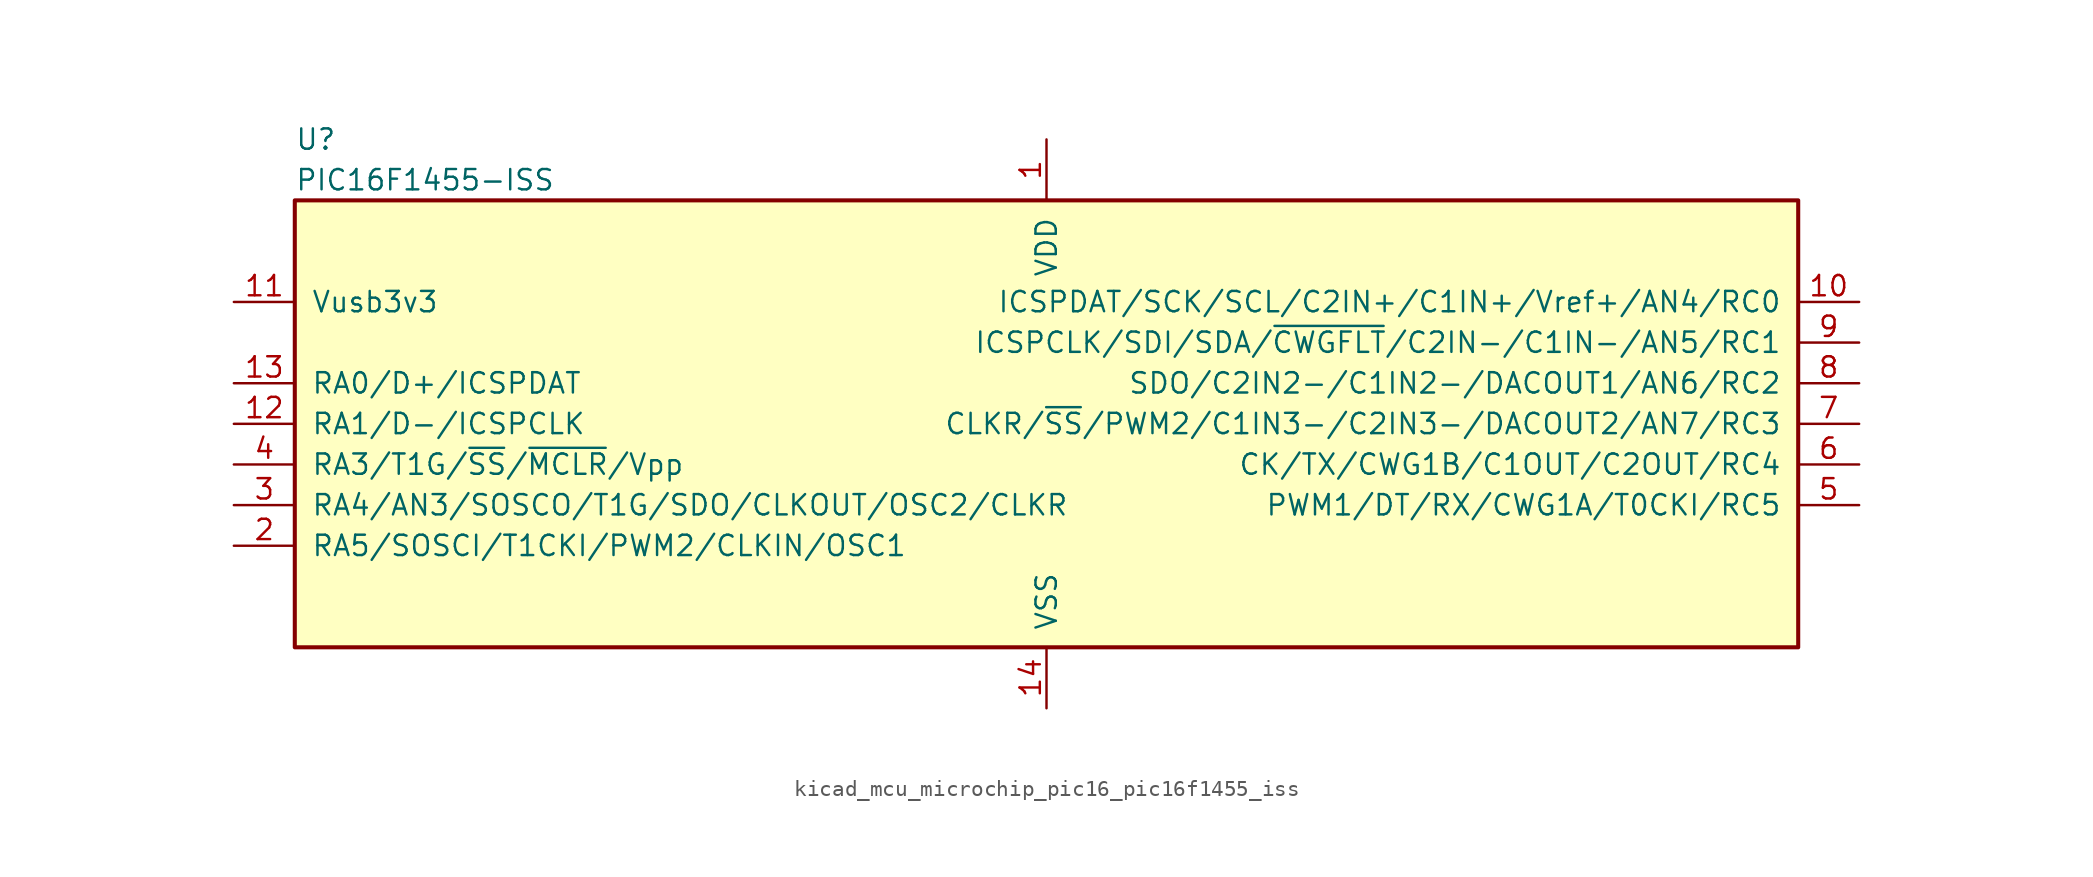
<source format=kicad_sym>
(kicad_symbol_lib
  (version 20220914)
  (generator kicad_symbol_editor)
  (symbol "kicad_mcu_microchip_pic16_pic16f1455_iss"
    (pin_names
      (offset 1.016))
    (property "Reference" "U"
      (at -46.99 17.78 0)
      (effects (font (size 1.27 1.27)) (justify left)))
    (property "Value" "PIC16F1455-ISS"
      (at -46.99 15.24 0)
      (effects (font (size 1.27 1.27)) (justify left)))
    (symbol "kicad_mcu_microchip_pic16_pic16f1455_iss_0_1"
      (rectangle (start -46.99 13.97) (end 46.99 -13.97) (stroke (width 0.254) (type default)) (fill (type background))))
    (symbol "kicad_mcu_microchip_pic16_pic16f1455_iss_1_1"
      (pin power_in line (at 0 17.78 270) (length 3.81) (name "VDD" (effects (font (size 1.27 1.27)))) (number "1" (effects (font (size 1.27 1.27)))))
      (pin bidirectional line (at 50.8 7.62 180) (length 3.81) (name "ICSPDAT/SCK/SCL/C2IN+/C1IN+/Vref+/AN4/RC0" (effects (font (size 1.27 1.27)))) (number "10" (effects (font (size 1.27 1.27)))))
      (pin bidirectional line (at -50.8 7.62 0) (length 3.81) (name "Vusb3v3" (effects (font (size 1.27 1.27)))) (number "11" (effects (font (size 1.27 1.27)))))
      (pin bidirectional line (at -50.8 0 0) (length 3.81) (name "RA1/D-/ICSPCLK" (effects (font (size 1.27 1.27)))) (number "12" (effects (font (size 1.27 1.27)))))
      (pin bidirectional line (at -50.8 2.54 0) (length 3.81) (name "RA0/D+/ICSPDAT" (effects (font (size 1.27 1.27)))) (number "13" (effects (font (size 1.27 1.27)))))
      (pin power_in line (at 0 -17.78 90) (length 3.81) (name "VSS" (effects (font (size 1.27 1.27)))) (number "14" (effects (font (size 1.27 1.27)))))
      (pin bidirectional line (at -50.8 -7.62 0) (length 3.81) (name "RA5/SOSCI/T1CKI/PWM2/CLKIN/OSC1" (effects (font (size 1.27 1.27)))) (number "2" (effects (font (size 1.27 1.27)))))
      (pin bidirectional line (at -50.8 -5.08 0) (length 3.81) (name "RA4/AN3/SOSCO/T1G/SDO/CLKOUT/OSC2/CLKR" (effects (font (size 1.27 1.27)))) (number "3" (effects (font (size 1.27 1.27)))))
      (pin input line (at -50.8 -2.54 0) (length 3.81) (name "RA3/T1G/~{SS}/~{MCLR}/Vpp" (effects (font (size 1.27 1.27)))) (number "4" (effects (font (size 1.27 1.27)))))
      (pin bidirectional line (at 50.8 -5.08 180) (length 3.81) (name "PWM1/DT/RX/CWG1A/T0CKI/RC5" (effects (font (size 1.27 1.27)))) (number "5" (effects (font (size 1.27 1.27)))))
      (pin bidirectional line (at 50.8 -2.54 180) (length 3.81) (name "CK/TX/CWG1B/C1OUT/C2OUT/RC4" (effects (font (size 1.27 1.27)))) (number "6" (effects (font (size 1.27 1.27)))))
      (pin bidirectional line (at 50.8 0 180) (length 3.81) (name "CLKR/~{SS}/PWM2/C1IN3-/C2IN3-/DACOUT2/AN7/RC3" (effects (font (size 1.27 1.27)))) (number "7" (effects (font (size 1.27 1.27)))))
      (pin bidirectional line (at 50.8 2.54 180) (length 3.81) (name "SDO/C2IN2-/C1IN2-/DACOUT1/AN6/RC2" (effects (font (size 1.27 1.27)))) (number "8" (effects (font (size 1.27 1.27)))))
      (pin bidirectional line (at 50.8 5.08 180) (length 3.81) (name "ICSPCLK/SDI/SDA/~{CWGFLT}/C2IN-/C1IN-/AN5/RC1" (effects (font (size 1.27 1.27)))) (number "9" (effects (font (size 1.27 1.27))))))))
</source>
